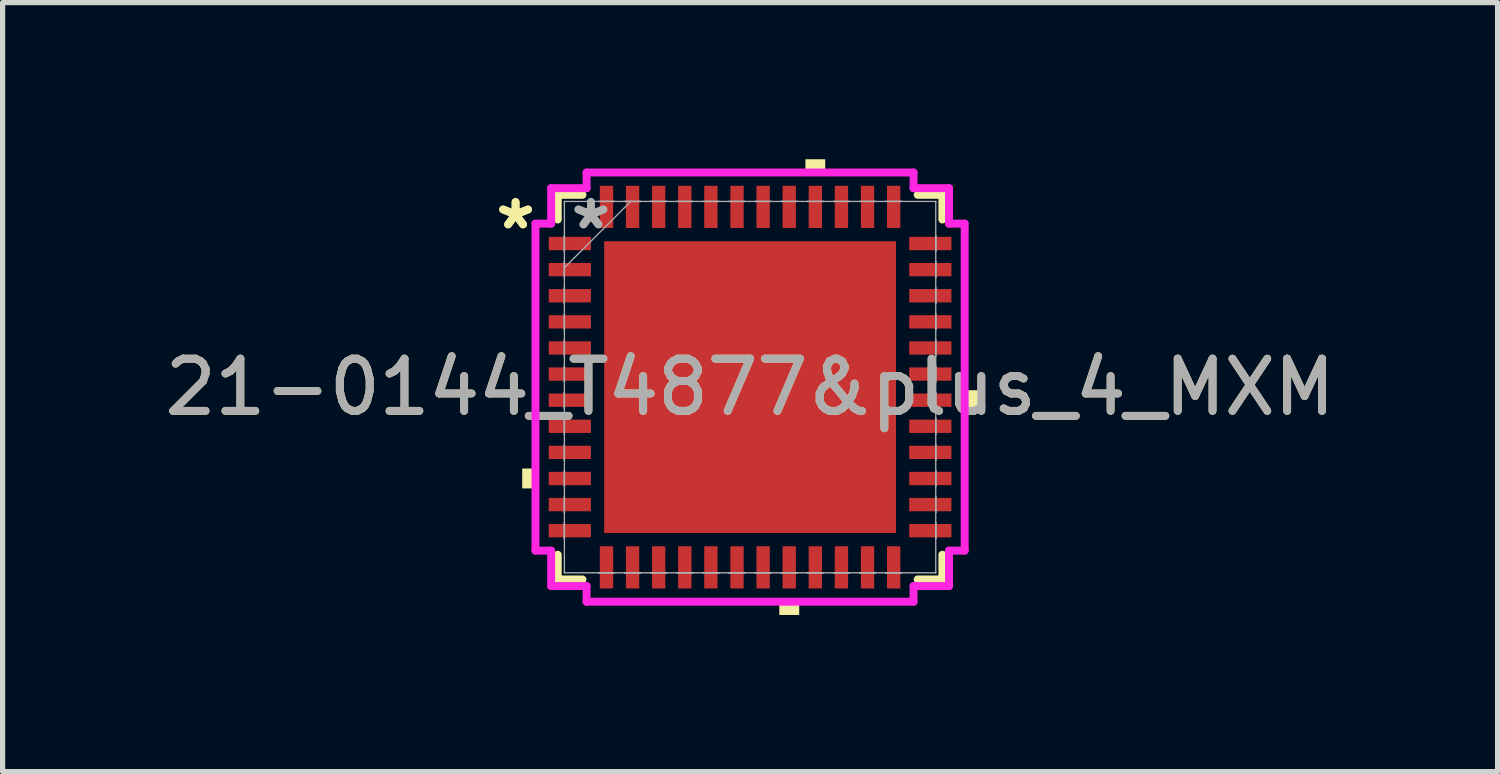
<source format=kicad_pcb>
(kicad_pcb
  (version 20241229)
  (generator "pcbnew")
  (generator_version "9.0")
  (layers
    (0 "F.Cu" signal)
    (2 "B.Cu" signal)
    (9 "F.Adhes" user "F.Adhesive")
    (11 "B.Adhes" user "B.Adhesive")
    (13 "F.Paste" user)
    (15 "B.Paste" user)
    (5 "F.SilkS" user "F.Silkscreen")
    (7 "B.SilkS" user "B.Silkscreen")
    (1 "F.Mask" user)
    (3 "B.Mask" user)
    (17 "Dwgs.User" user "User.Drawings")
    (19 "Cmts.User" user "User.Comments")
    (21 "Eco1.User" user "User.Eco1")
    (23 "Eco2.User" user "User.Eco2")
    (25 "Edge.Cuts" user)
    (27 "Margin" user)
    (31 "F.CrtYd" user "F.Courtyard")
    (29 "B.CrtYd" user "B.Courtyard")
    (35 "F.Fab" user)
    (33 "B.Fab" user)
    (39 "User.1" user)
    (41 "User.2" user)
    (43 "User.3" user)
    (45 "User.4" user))
  (footprint "21-0144_T4877&plus_4_MXM"
    (layer "F.Cu")
    (at 11.315 4.364)
    (property "Reference" "21-0144_T4877&plus_4_MXM" (at 0 0 0) (unlocked yes) (layer "F.SilkS") (effects (font (size 1 1) (thickness 0.15))))
    (attr smd)
    (fp_line (start -3.683 -3.683) (end -3.683 -3.21) (stroke (width 0.152) (type solid)) (layer "F.SilkS"))
    (fp_line (start -3.683 3.21) (end -3.683 3.683) (stroke (width 0.152) (type solid)) (layer "F.SilkS"))
    (fp_line (start -3.683 3.683) (end -3.21 3.683) (stroke (width 0.152) (type solid)) (layer "F.SilkS"))
    (fp_line (start -3.21 -3.683) (end -3.683 -3.683) (stroke (width 0.152) (type solid)) (layer "F.SilkS"))
    (fp_line (start 3.21 3.683) (end 3.683 3.683) (stroke (width 0.152) (type solid)) (layer "F.SilkS"))
    (fp_line (start 3.683 -3.683) (end 3.21 -3.683) (stroke (width 0.152) (type solid)) (layer "F.SilkS"))
    (fp_line (start 3.683 -3.21) (end 3.683 -3.683) (stroke (width 0.152) (type solid)) (layer "F.SilkS"))
    (fp_line (start 3.683 3.683) (end 3.683 3.21) (stroke (width 0.152) (type solid)) (layer "F.SilkS"))
    (fp_poly (pts (xy -4.364 1.559) (xy -4.364 1.94) (xy -4.11 1.94) (xy -4.11 1.559)) (stroke (width 0) (type solid)) (fill yes) (layer "F.SilkS"))
    (fp_poly (pts (xy 0.56 4.11) (xy 0.56 4.364) (xy 0.941 4.364) (xy 0.941 4.11)) (stroke (width 0) (type solid)) (fill yes) (layer "F.SilkS"))
    (fp_poly (pts (xy 1.06 -4.11) (xy 1.06 -4.364) (xy 1.44 -4.364) (xy 1.44 -4.11)) (stroke (width 0) (type solid)) (fill yes) (layer "F.SilkS"))
    (fp_poly (pts (xy 4.364 0.059) (xy 4.364 0.441) (xy 4.11 0.441) (xy 4.11 0.059)) (stroke (width 0) (type solid)) (fill yes) (layer "F.SilkS"))
    (fp_poly (pts (xy -2.694 -2.694) (xy -2.694 -1.497) (xy -1.497 -1.497) (xy -1.497 -2.694)) (stroke (width 0) (type solid)) (fill yes) (layer "F.Paste"))
    (fp_poly (pts (xy -2.694 -1.297) (xy -2.694 -0.1) (xy -1.497 -0.1) (xy -1.497 -1.297)) (stroke (width 0) (type solid)) (fill yes) (layer "F.Paste"))
    (fp_poly (pts (xy -2.694 0.1) (xy -2.694 1.297) (xy -1.497 1.297) (xy -1.497 0.1)) (stroke (width 0) (type solid)) (fill yes) (layer "F.Paste"))
    (fp_poly (pts (xy -2.694 1.497) (xy -2.694 2.694) (xy -1.497 2.694) (xy -1.497 1.497)) (stroke (width 0) (type solid)) (fill yes) (layer "F.Paste"))
    (fp_poly (pts (xy -1.297 -2.694) (xy -1.297 -1.497) (xy -0.1 -1.497) (xy -0.1 -2.694)) (stroke (width 0) (type solid)) (fill yes) (layer "F.Paste"))
    (fp_poly (pts (xy -1.297 -1.297) (xy -1.297 -0.1) (xy -0.1 -0.1) (xy -0.1 -1.297)) (stroke (width 0) (type solid)) (fill yes) (layer "F.Paste"))
    (fp_poly (pts (xy -1.297 0.1) (xy -1.297 1.297) (xy -0.1 1.297) (xy -0.1 0.1)) (stroke (width 0) (type solid)) (fill yes) (layer "F.Paste"))
    (fp_poly (pts (xy -1.297 1.497) (xy -1.297 2.694) (xy -0.1 2.694) (xy -0.1 1.497)) (stroke (width 0) (type solid)) (fill yes) (layer "F.Paste"))
    (fp_poly (pts (xy 0.1 -2.694) (xy 0.1 -1.497) (xy 1.297 -1.497) (xy 1.297 -2.694)) (stroke (width 0) (type solid)) (fill yes) (layer "F.Paste"))
    (fp_poly (pts (xy 0.1 -1.297) (xy 0.1 -0.1) (xy 1.297 -0.1) (xy 1.297 -1.297)) (stroke (width 0) (type solid)) (fill yes) (layer "F.Paste"))
    (fp_poly (pts (xy 0.1 0.1) (xy 0.1 1.297) (xy 1.297 1.297) (xy 1.297 0.1)) (stroke (width 0) (type solid)) (fill yes) (layer "F.Paste"))
    (fp_poly (pts (xy 0.1 1.497) (xy 0.1 2.694) (xy 1.297 2.694) (xy 1.297 1.497)) (stroke (width 0) (type solid)) (fill yes) (layer "F.Paste"))
    (fp_poly (pts (xy 1.497 -2.694) (xy 1.497 -1.497) (xy 2.694 -1.497) (xy 2.694 -2.694)) (stroke (width 0) (type solid)) (fill yes) (layer "F.Paste"))
    (fp_poly (pts (xy 1.497 -1.297) (xy 1.497 -0.1) (xy 2.694 -0.1) (xy 2.694 -1.297)) (stroke (width 0) (type solid)) (fill yes) (layer "F.Paste"))
    (fp_poly (pts (xy 1.497 0.1) (xy 1.497 1.297) (xy 2.694 1.297) (xy 2.694 0.1)) (stroke (width 0) (type solid)) (fill yes) (layer "F.Paste"))
    (fp_poly (pts (xy 1.497 1.497) (xy 1.497 2.694) (xy 2.694 2.694) (xy 2.694 1.497)) (stroke (width 0) (type solid)) (fill yes) (layer "F.Paste"))
    (fp_line (start -4.11 -3.131) (end -3.81 -3.131) (stroke (width 0.152) (type solid)) (layer "F.CrtYd"))
    (fp_line (start -4.11 3.131) (end -4.11 -3.131) (stroke (width 0.152) (type solid)) (layer "F.CrtYd"))
    (fp_line (start -3.81 -3.81) (end -3.131 -3.81) (stroke (width 0.152) (type solid)) (layer "F.CrtYd"))
    (fp_line (start -3.81 -3.131) (end -3.81 -3.81) (stroke (width 0.152) (type solid)) (layer "F.CrtYd"))
    (fp_line (start -3.81 3.131) (end -4.11 3.131) (stroke (width 0.152) (type solid)) (layer "F.CrtYd"))
    (fp_line (start -3.81 3.81) (end -3.81 3.131) (stroke (width 0.152) (type solid)) (layer "F.CrtYd"))
    (fp_line (start -3.131 -4.11) (end 3.131 -4.11) (stroke (width 0.152) (type solid)) (layer "F.CrtYd"))
    (fp_line (start -3.131 -3.81) (end -3.131 -4.11) (stroke (width 0.152) (type solid)) (layer "F.CrtYd"))
    (fp_line (start -3.131 3.81) (end -3.81 3.81) (stroke (width 0.152) (type solid)) (layer "F.CrtYd"))
    (fp_line (start -3.131 4.11) (end -3.131 3.81) (stroke (width 0.152) (type solid)) (layer "F.CrtYd"))
    (fp_line (start 3.131 -4.11) (end 3.131 -3.81) (stroke (width 0.152) (type solid)) (layer "F.CrtYd"))
    (fp_line (start 3.131 -3.81) (end 3.81 -3.81) (stroke (width 0.152) (type solid)) (layer "F.CrtYd"))
    (fp_line (start 3.131 3.81) (end 3.131 4.11) (stroke (width 0.152) (type solid)) (layer "F.CrtYd"))
    (fp_line (start 3.131 4.11) (end -3.131 4.11) (stroke (width 0.152) (type solid)) (layer "F.CrtYd"))
    (fp_line (start 3.81 -3.81) (end 3.81 -3.131) (stroke (width 0.152) (type solid)) (layer "F.CrtYd"))
    (fp_line (start 3.81 -3.131) (end 4.11 -3.131) (stroke (width 0.152) (type solid)) (layer "F.CrtYd"))
    (fp_line (start 3.81 3.131) (end 3.81 3.81) (stroke (width 0.152) (type solid)) (layer "F.CrtYd"))
    (fp_line (start 3.81 3.81) (end 3.131 3.81) (stroke (width 0.152) (type solid)) (layer "F.CrtYd"))
    (fp_line (start 4.11 -3.131) (end 4.11 3.131) (stroke (width 0.152) (type solid)) (layer "F.CrtYd"))
    (fp_line (start 4.11 3.131) (end 3.81 3.131) (stroke (width 0.152) (type solid)) (layer "F.CrtYd"))
    (fp_line (start -3.556 -3.556) (end -3.556 -3.556) (stroke (width 0.025) (type solid)) (layer "F.Fab"))
    (fp_line (start -3.556 -3.556) (end -3.556 3.556) (stroke (width 0.025) (type solid)) (layer "F.Fab"))
    (fp_line (start -3.556 -2.902) (end -3.556 -2.902) (stroke (width 0.025) (type solid)) (layer "F.Fab"))
    (fp_line (start -3.556 -2.902) (end -3.556 -2.598) (stroke (width 0.025) (type solid)) (layer "F.Fab"))
    (fp_line (start -3.556 -2.598) (end -3.556 -2.902) (stroke (width 0.025) (type solid)) (layer "F.Fab"))
    (fp_line (start -3.556 -2.598) (end -3.556 -2.598) (stroke (width 0.025) (type solid)) (layer "F.Fab"))
    (fp_line (start -3.556 -2.402) (end -3.556 -2.402) (stroke (width 0.025) (type solid)) (layer "F.Fab"))
    (fp_line (start -3.556 -2.402) (end -3.556 -2.098) (stroke (width 0.025) (type solid)) (layer "F.Fab"))
    (fp_line (start -3.556 -2.286) (end -2.286 -3.556) (stroke (width 0.025) (type solid)) (layer "F.Fab"))
    (fp_line (start -3.556 -2.098) (end -3.556 -2.402) (stroke (width 0.025) (type solid)) (layer "F.Fab"))
    (fp_line (start -3.556 -2.098) (end -3.556 -2.098) (stroke (width 0.025) (type solid)) (layer "F.Fab"))
    (fp_line (start -3.556 -1.902) (end -3.556 -1.902) (stroke (width 0.025) (type solid)) (layer "F.Fab"))
    (fp_line (start -3.556 -1.902) (end -3.556 -1.598) (stroke (width 0.025) (type solid)) (layer "F.Fab"))
    (fp_line (start -3.556 -1.598) (end -3.556 -1.902) (stroke (width 0.025) (type solid)) (layer "F.Fab"))
    (fp_line (start -3.556 -1.598) (end -3.556 -1.598) (stroke (width 0.025) (type solid)) (layer "F.Fab"))
    (fp_line (start -3.556 -1.402) (end -3.556 -1.402) (stroke (width 0.025) (type solid)) (layer "F.Fab"))
    (fp_line (start -3.556 -1.402) (end -3.556 -1.098) (stroke (width 0.025) (type solid)) (layer "F.Fab"))
    (fp_line (start -3.556 -1.098) (end -3.556 -1.402) (stroke (width 0.025) (type solid)) (layer "F.Fab"))
    (fp_line (start -3.556 -1.098) (end -3.556 -1.098) (stroke (width 0.025) (type solid)) (layer "F.Fab"))
    (fp_line (start -3.556 -0.902) (end -3.556 -0.902) (stroke (width 0.025) (type solid)) (layer "F.Fab"))
    (fp_line (start -3.556 -0.902) (end -3.556 -0.598) (stroke (width 0.025) (type solid)) (layer "F.Fab"))
    (fp_line (start -3.556 -0.598) (end -3.556 -0.902) (stroke (width 0.025) (type solid)) (layer "F.Fab"))
    (fp_line (start -3.556 -0.598) (end -3.556 -0.598) (stroke (width 0.025) (type solid)) (layer "F.Fab"))
    (fp_line (start -3.556 -0.402) (end -3.556 -0.402) (stroke (width 0.025) (type solid)) (layer "F.Fab"))
    (fp_line (start -3.556 -0.402) (end -3.556 -0.098) (stroke (width 0.025) (type solid)) (layer "F.Fab"))
    (fp_line (start -3.556 -0.098) (end -3.556 -0.402) (stroke (width 0.025) (type solid)) (layer "F.Fab"))
    (fp_line (start -3.556 -0.098) (end -3.556 -0.098) (stroke (width 0.025) (type solid)) (layer "F.Fab"))
    (fp_line (start -3.556 0.098) (end -3.556 0.098) (stroke (width 0.025) (type solid)) (layer "F.Fab"))
    (fp_line (start -3.556 0.098) (end -3.556 0.402) (stroke (width 0.025) (type solid)) (layer "F.Fab"))
    (fp_line (start -3.556 0.402) (end -3.556 0.098) (stroke (width 0.025) (type solid)) (layer "F.Fab"))
    (fp_line (start -3.556 0.402) (end -3.556 0.402) (stroke (width 0.025) (type solid)) (layer "F.Fab"))
    (fp_line (start -3.556 0.598) (end -3.556 0.598) (stroke (width 0.025) (type solid)) (layer "F.Fab"))
    (fp_line (start -3.556 0.598) (end -3.556 0.902) (stroke (width 0.025) (type solid)) (layer "F.Fab"))
    (fp_line (start -3.556 0.902) (end -3.556 0.598) (stroke (width 0.025) (type solid)) (layer "F.Fab"))
    (fp_line (start -3.556 0.902) (end -3.556 0.902) (stroke (width 0.025) (type solid)) (layer "F.Fab"))
    (fp_line (start -3.556 1.098) (end -3.556 1.098) (stroke (width 0.025) (type solid)) (layer "F.Fab"))
    (fp_line (start -3.556 1.098) (end -3.556 1.402) (stroke (width 0.025) (type solid)) (layer "F.Fab"))
    (fp_line (start -3.556 1.402) (end -3.556 1.098) (stroke (width 0.025) (type solid)) (layer "F.Fab"))
    (fp_line (start -3.556 1.402) (end -3.556 1.402) (stroke (width 0.025) (type solid)) (layer "F.Fab"))
    (fp_line (start -3.556 1.598) (end -3.556 1.598) (stroke (width 0.025) (type solid)) (layer "F.Fab"))
    (fp_line (start -3.556 1.598) (end -3.556 1.902) (stroke (width 0.025) (type solid)) (layer "F.Fab"))
    (fp_line (start -3.556 1.902) (end -3.556 1.598) (stroke (width 0.025) (type solid)) (layer "F.Fab"))
    (fp_line (start -3.556 1.902) (end -3.556 1.902) (stroke (width 0.025) (type solid)) (layer "F.Fab"))
    (fp_line (start -3.556 2.098) (end -3.556 2.098) (stroke (width 0.025) (type solid)) (layer "F.Fab"))
    (fp_line (start -3.556 2.098) (end -3.556 2.402) (stroke (width 0.025) (type solid)) (layer "F.Fab"))
    (fp_line (start -3.556 2.402) (end -3.556 2.098) (stroke (width 0.025) (type solid)) (layer "F.Fab"))
    (fp_line (start -3.556 2.402) (end -3.556 2.402) (stroke (width 0.025) (type solid)) (layer "F.Fab"))
    (fp_line (start -3.556 2.598) (end -3.556 2.598) (stroke (width 0.025) (type solid)) (layer "F.Fab"))
    (fp_line (start -3.556 2.598) (end -3.556 2.902) (stroke (width 0.025) (type solid)) (layer "F.Fab"))
    (fp_line (start -3.556 2.902) (end -3.556 2.598) (stroke (width 0.025) (type solid)) (layer "F.Fab"))
    (fp_line (start -3.556 2.902) (end -3.556 2.902) (stroke (width 0.025) (type solid)) (layer "F.Fab"))
    (fp_line (start -3.556 3.556) (end -3.556 3.556) (stroke (width 0.025) (type solid)) (layer "F.Fab"))
    (fp_line (start -3.556 3.556) (end 3.556 3.556) (stroke (width 0.025) (type solid)) (layer "F.Fab"))
    (fp_line (start -2.902 -3.556) (end -2.902 -3.556) (stroke (width 0.025) (type solid)) (layer "F.Fab"))
    (fp_line (start -2.902 -3.556) (end -2.598 -3.556) (stroke (width 0.025) (type solid)) (layer "F.Fab"))
    (fp_line (start -2.902 3.556) (end -2.902 3.556) (stroke (width 0.025) (type solid)) (layer "F.Fab"))
    (fp_line (start -2.902 3.556) (end -2.598 3.556) (stroke (width 0.025) (type solid)) (layer "F.Fab"))
    (fp_line (start -2.598 -3.556) (end -2.902 -3.556) (stroke (width 0.025) (type solid)) (layer "F.Fab"))
    (fp_line (start -2.598 -3.556) (end -2.598 -3.556) (stroke (width 0.025) (type solid)) (layer "F.Fab"))
    (fp_line (start -2.598 3.556) (end -2.902 3.556) (stroke (width 0.025) (type solid)) (layer "F.Fab"))
    (fp_line (start -2.598 3.556) (end -2.598 3.556) (stroke (width 0.025) (type solid)) (layer "F.Fab"))
    (fp_line (start -2.402 -3.556) (end -2.402 -3.556) (stroke (width 0.025) (type solid)) (layer "F.Fab"))
    (fp_line (start -2.402 -3.556) (end -2.098 -3.556) (stroke (width 0.025) (type solid)) (layer "F.Fab"))
    (fp_line (start -2.402 3.556) (end -2.402 3.556) (stroke (width 0.025) (type solid)) (layer "F.Fab"))
    (fp_line (start -2.402 3.556) (end -2.098 3.556) (stroke (width 0.025) (type solid)) (layer "F.Fab"))
    (fp_line (start -2.098 -3.556) (end -2.402 -3.556) (stroke (width 0.025) (type solid)) (layer "F.Fab"))
    (fp_line (start -2.098 -3.556) (end -2.098 -3.556) (stroke (width 0.025) (type solid)) (layer "F.Fab"))
    (fp_line (start -2.098 3.556) (end -2.402 3.556) (stroke (width 0.025) (type solid)) (layer "F.Fab"))
    (fp_line (start -2.098 3.556) (end -2.098 3.556) (stroke (width 0.025) (type solid)) (layer "F.Fab"))
    (fp_line (start -1.902 -3.556) (end -1.902 -3.556) (stroke (width 0.025) (type solid)) (layer "F.Fab"))
    (fp_line (start -1.902 -3.556) (end -1.598 -3.556) (stroke (width 0.025) (type solid)) (layer "F.Fab"))
    (fp_line (start -1.902 3.556) (end -1.902 3.556) (stroke (width 0.025) (type solid)) (layer "F.Fab"))
    (fp_line (start -1.902 3.556) (end -1.598 3.556) (stroke (width 0.025) (type solid)) (layer "F.Fab"))
    (fp_line (start -1.598 -3.556) (end -1.902 -3.556) (stroke (width 0.025) (type solid)) (layer "F.Fab"))
    (fp_line (start -1.598 -3.556) (end -1.598 -3.556) (stroke (width 0.025) (type solid)) (layer "F.Fab"))
    (fp_line (start -1.598 3.556) (end -1.902 3.556) (stroke (width 0.025) (type solid)) (layer "F.Fab"))
    (fp_line (start -1.598 3.556) (end -1.598 3.556) (stroke (width 0.025) (type solid)) (layer "F.Fab"))
    (fp_line (start -1.402 -3.556) (end -1.402 -3.556) (stroke (width 0.025) (type solid)) (layer "F.Fab"))
    (fp_line (start -1.402 -3.556) (end -1.098 -3.556) (stroke (width 0.025) (type solid)) (layer "F.Fab"))
    (fp_line (start -1.402 3.556) (end -1.402 3.556) (stroke (width 0.025) (type solid)) (layer "F.Fab"))
    (fp_line (start -1.402 3.556) (end -1.098 3.556) (stroke (width 0.025) (type solid)) (layer "F.Fab"))
    (fp_line (start -1.098 -3.556) (end -1.402 -3.556) (stroke (width 0.025) (type solid)) (layer "F.Fab"))
    (fp_line (start -1.098 -3.556) (end -1.098 -3.556) (stroke (width 0.025) (type solid)) (layer "F.Fab"))
    (fp_line (start -1.098 3.556) (end -1.402 3.556) (stroke (width 0.025) (type solid)) (layer "F.Fab"))
    (fp_line (start -1.098 3.556) (end -1.098 3.556) (stroke (width 0.025) (type solid)) (layer "F.Fab"))
    (fp_line (start -0.902 -3.556) (end -0.902 -3.556) (stroke (width 0.025) (type solid)) (layer "F.Fab"))
    (fp_line (start -0.902 -3.556) (end -0.598 -3.556) (stroke (width 0.025) (type solid)) (layer "F.Fab"))
    (fp_line (start -0.902 3.556) (end -0.902 3.556) (stroke (width 0.025) (type solid)) (layer "F.Fab"))
    (fp_line (start -0.902 3.556) (end -0.598 3.556) (stroke (width 0.025) (type solid)) (layer "F.Fab"))
    (fp_line (start -0.598 -3.556) (end -0.902 -3.556) (stroke (width 0.025) (type solid)) (layer "F.Fab"))
    (fp_line (start -0.598 -3.556) (end -0.598 -3.556) (stroke (width 0.025) (type solid)) (layer "F.Fab"))
    (fp_line (start -0.598 3.556) (end -0.902 3.556) (stroke (width 0.025) (type solid)) (layer "F.Fab"))
    (fp_line (start -0.598 3.556) (end -0.598 3.556) (stroke (width 0.025) (type solid)) (layer "F.Fab"))
    (fp_line (start -0.402 -3.556) (end -0.402 -3.556) (stroke (width 0.025) (type solid)) (layer "F.Fab"))
    (fp_line (start -0.402 -3.556) (end -0.098 -3.556) (stroke (width 0.025) (type solid)) (layer "F.Fab"))
    (fp_line (start -0.402 3.556) (end -0.402 3.556) (stroke (width 0.025) (type solid)) (layer "F.Fab"))
    (fp_line (start -0.402 3.556) (end -0.098 3.556) (stroke (width 0.025) (type solid)) (layer "F.Fab"))
    (fp_line (start -0.098 -3.556) (end -0.402 -3.556) (stroke (width 0.025) (type solid)) (layer "F.Fab"))
    (fp_line (start -0.098 -3.556) (end -0.098 -3.556) (stroke (width 0.025) (type solid)) (layer "F.Fab"))
    (fp_line (start -0.098 3.556) (end -0.402 3.556) (stroke (width 0.025) (type solid)) (layer "F.Fab"))
    (fp_line (start -0.098 3.556) (end -0.098 3.556) (stroke (width 0.025) (type solid)) (layer "F.Fab"))
    (fp_line (start 0.098 -3.556) (end 0.098 -3.556) (stroke (width 0.025) (type solid)) (layer "F.Fab"))
    (fp_line (start 0.098 -3.556) (end 0.402 -3.556) (stroke (width 0.025) (type solid)) (layer "F.Fab"))
    (fp_line (start 0.098 3.556) (end 0.098 3.556) (stroke (width 0.025) (type solid)) (layer "F.Fab"))
    (fp_line (start 0.098 3.556) (end 0.402 3.556) (stroke (width 0.025) (type solid)) (layer "F.Fab"))
    (fp_line (start 0.402 -3.556) (end 0.098 -3.556) (stroke (width 0.025) (type solid)) (layer "F.Fab"))
    (fp_line (start 0.402 -3.556) (end 0.402 -3.556) (stroke (width 0.025) (type solid)) (layer "F.Fab"))
    (fp_line (start 0.402 3.556) (end 0.098 3.556) (stroke (width 0.025) (type solid)) (layer "F.Fab"))
    (fp_line (start 0.402 3.556) (end 0.402 3.556) (stroke (width 0.025) (type solid)) (layer "F.Fab"))
    (fp_line (start 0.598 -3.556) (end 0.598 -3.556) (stroke (width 0.025) (type solid)) (layer "F.Fab"))
    (fp_line (start 0.598 -3.556) (end 0.902 -3.556) (stroke (width 0.025) (type solid)) (layer "F.Fab"))
    (fp_line (start 0.598 3.556) (end 0.598 3.556) (stroke (width 0.025) (type solid)) (layer "F.Fab"))
    (fp_line (start 0.598 3.556) (end 0.902 3.556) (stroke (width 0.025) (type solid)) (layer "F.Fab"))
    (fp_line (start 0.902 -3.556) (end 0.598 -3.556) (stroke (width 0.025) (type solid)) (layer "F.Fab"))
    (fp_line (start 0.902 -3.556) (end 0.902 -3.556) (stroke (width 0.025) (type solid)) (layer "F.Fab"))
    (fp_line (start 0.902 3.556) (end 0.598 3.556) (stroke (width 0.025) (type solid)) (layer "F.Fab"))
    (fp_line (start 0.902 3.556) (end 0.902 3.556) (stroke (width 0.025) (type solid)) (layer "F.Fab"))
    (fp_line (start 1.098 -3.556) (end 1.098 -3.556) (stroke (width 0.025) (type solid)) (layer "F.Fab"))
    (fp_line (start 1.098 -3.556) (end 1.402 -3.556) (stroke (width 0.025) (type solid)) (layer "F.Fab"))
    (fp_line (start 1.098 3.556) (end 1.098 3.556) (stroke (width 0.025) (type solid)) (layer "F.Fab"))
    (fp_line (start 1.098 3.556) (end 1.402 3.556) (stroke (width 0.025) (type solid)) (layer "F.Fab"))
    (fp_line (start 1.402 -3.556) (end 1.098 -3.556) (stroke (width 0.025) (type solid)) (layer "F.Fab"))
    (fp_line (start 1.402 -3.556) (end 1.402 -3.556) (stroke (width 0.025) (type solid)) (layer "F.Fab"))
    (fp_line (start 1.402 3.556) (end 1.098 3.556) (stroke (width 0.025) (type solid)) (layer "F.Fab"))
    (fp_line (start 1.402 3.556) (end 1.402 3.556) (stroke (width 0.025) (type solid)) (layer "F.Fab"))
    (fp_line (start 1.598 -3.556) (end 1.598 -3.556) (stroke (width 0.025) (type solid)) (layer "F.Fab"))
    (fp_line (start 1.598 -3.556) (end 1.902 -3.556) (stroke (width 0.025) (type solid)) (layer "F.Fab"))
    (fp_line (start 1.598 3.556) (end 1.598 3.556) (stroke (width 0.025) (type solid)) (layer "F.Fab"))
    (fp_line (start 1.598 3.556) (end 1.902 3.556) (stroke (width 0.025) (type solid)) (layer "F.Fab"))
    (fp_line (start 1.902 -3.556) (end 1.598 -3.556) (stroke (width 0.025) (type solid)) (layer "F.Fab"))
    (fp_line (start 1.902 -3.556) (end 1.902 -3.556) (stroke (width 0.025) (type solid)) (layer "F.Fab"))
    (fp_line (start 1.902 3.556) (end 1.598 3.556) (stroke (width 0.025) (type solid)) (layer "F.Fab"))
    (fp_line (start 1.902 3.556) (end 1.902 3.556) (stroke (width 0.025) (type solid)) (layer "F.Fab"))
    (fp_line (start 2.098 -3.556) (end 2.098 -3.556) (stroke (width 0.025) (type solid)) (layer "F.Fab"))
    (fp_line (start 2.098 -3.556) (end 2.402 -3.556) (stroke (width 0.025) (type solid)) (layer "F.Fab"))
    (fp_line (start 2.098 3.556) (end 2.098 3.556) (stroke (width 0.025) (type solid)) (layer "F.Fab"))
    (fp_line (start 2.098 3.556) (end 2.402 3.556) (stroke (width 0.025) (type solid)) (layer "F.Fab"))
    (fp_line (start 2.402 -3.556) (end 2.098 -3.556) (stroke (width 0.025) (type solid)) (layer "F.Fab"))
    (fp_line (start 2.402 -3.556) (end 2.402 -3.556) (stroke (width 0.025) (type solid)) (layer "F.Fab"))
    (fp_line (start 2.402 3.556) (end 2.098 3.556) (stroke (width 0.025) (type solid)) (layer "F.Fab"))
    (fp_line (start 2.402 3.556) (end 2.402 3.556) (stroke (width 0.025) (type solid)) (layer "F.Fab"))
    (fp_line (start 2.598 -3.556) (end 2.598 -3.556) (stroke (width 0.025) (type solid)) (layer "F.Fab"))
    (fp_line (start 2.598 -3.556) (end 2.902 -3.556) (stroke (width 0.025) (type solid)) (layer "F.Fab"))
    (fp_line (start 2.598 3.556) (end 2.598 3.556) (stroke (width 0.025) (type solid)) (layer "F.Fab"))
    (fp_line (start 2.598 3.556) (end 2.902 3.556) (stroke (width 0.025) (type solid)) (layer "F.Fab"))
    (fp_line (start 2.902 -3.556) (end 2.598 -3.556) (stroke (width 0.025) (type solid)) (layer "F.Fab"))
    (fp_line (start 2.902 -3.556) (end 2.902 -3.556) (stroke (width 0.025) (type solid)) (layer "F.Fab"))
    (fp_line (start 2.902 3.556) (end 2.598 3.556) (stroke (width 0.025) (type solid)) (layer "F.Fab"))
    (fp_line (start 2.902 3.556) (end 2.902 3.556) (stroke (width 0.025) (type solid)) (layer "F.Fab"))
    (fp_line (start 3.556 -3.556) (end -3.556 -3.556) (stroke (width 0.025) (type solid)) (layer "F.Fab"))
    (fp_line (start 3.556 -3.556) (end 3.556 -3.556) (stroke (width 0.025) (type solid)) (layer "F.Fab"))
    (fp_line (start 3.556 -2.902) (end 3.556 -2.902) (stroke (width 0.025) (type solid)) (layer "F.Fab"))
    (fp_line (start 3.556 -2.902) (end 3.556 -2.598) (stroke (width 0.025) (type solid)) (layer "F.Fab"))
    (fp_line (start 3.556 -2.598) (end 3.556 -2.902) (stroke (width 0.025) (type solid)) (layer "F.Fab"))
    (fp_line (start 3.556 -2.598) (end 3.556 -2.598) (stroke (width 0.025) (type solid)) (layer "F.Fab"))
    (fp_line (start 3.556 -2.402) (end 3.556 -2.402) (stroke (width 0.025) (type solid)) (layer "F.Fab"))
    (fp_line (start 3.556 -2.402) (end 3.556 -2.098) (stroke (width 0.025) (type solid)) (layer "F.Fab"))
    (fp_line (start 3.556 -2.098) (end 3.556 -2.402) (stroke (width 0.025) (type solid)) (layer "F.Fab"))
    (fp_line (start 3.556 -2.098) (end 3.556 -2.098) (stroke (width 0.025) (type solid)) (layer "F.Fab"))
    (fp_line (start 3.556 -1.902) (end 3.556 -1.902) (stroke (width 0.025) (type solid)) (layer "F.Fab"))
    (fp_line (start 3.556 -1.902) (end 3.556 -1.598) (stroke (width 0.025) (type solid)) (layer "F.Fab"))
    (fp_line (start 3.556 -1.598) (end 3.556 -1.902) (stroke (width 0.025) (type solid)) (layer "F.Fab"))
    (fp_line (start 3.556 -1.598) (end 3.556 -1.598) (stroke (width 0.025) (type solid)) (layer "F.Fab"))
    (fp_line (start 3.556 -1.402) (end 3.556 -1.402) (stroke (width 0.025) (type solid)) (layer "F.Fab"))
    (fp_line (start 3.556 -1.402) (end 3.556 -1.098) (stroke (width 0.025) (type solid)) (layer "F.Fab"))
    (fp_line (start 3.556 -1.098) (end 3.556 -1.402) (stroke (width 0.025) (type solid)) (layer "F.Fab"))
    (fp_line (start 3.556 -1.098) (end 3.556 -1.098) (stroke (width 0.025) (type solid)) (layer "F.Fab"))
    (fp_line (start 3.556 -0.902) (end 3.556 -0.902) (stroke (width 0.025) (type solid)) (layer "F.Fab"))
    (fp_line (start 3.556 -0.902) (end 3.556 -0.598) (stroke (width 0.025) (type solid)) (layer "F.Fab"))
    (fp_line (start 3.556 -0.598) (end 3.556 -0.902) (stroke (width 0.025) (type solid)) (layer "F.Fab"))
    (fp_line (start 3.556 -0.598) (end 3.556 -0.598) (stroke (width 0.025) (type solid)) (layer "F.Fab"))
    (fp_line (start 3.556 -0.402) (end 3.556 -0.402) (stroke (width 0.025) (type solid)) (layer "F.Fab"))
    (fp_line (start 3.556 -0.402) (end 3.556 -0.098) (stroke (width 0.025) (type solid)) (layer "F.Fab"))
    (fp_line (start 3.556 -0.098) (end 3.556 -0.402) (stroke (width 0.025) (type solid)) (layer "F.Fab"))
    (fp_line (start 3.556 -0.098) (end 3.556 -0.098) (stroke (width 0.025) (type solid)) (layer "F.Fab"))
    (fp_line (start 3.556 0.098) (end 3.556 0.098) (stroke (width 0.025) (type solid)) (layer "F.Fab"))
    (fp_line (start 3.556 0.098) (end 3.556 0.402) (stroke (width 0.025) (type solid)) (layer "F.Fab"))
    (fp_line (start 3.556 0.402) (end 3.556 0.098) (stroke (width 0.025) (type solid)) (layer "F.Fab"))
    (fp_line (start 3.556 0.402) (end 3.556 0.402) (stroke (width 0.025) (type solid)) (layer "F.Fab"))
    (fp_line (start 3.556 0.598) (end 3.556 0.598) (stroke (width 0.025) (type solid)) (layer "F.Fab"))
    (fp_line (start 3.556 0.598) (end 3.556 0.902) (stroke (width 0.025) (type solid)) (layer "F.Fab"))
    (fp_line (start 3.556 0.902) (end 3.556 0.598) (stroke (width 0.025) (type solid)) (layer "F.Fab"))
    (fp_line (start 3.556 0.902) (end 3.556 0.902) (stroke (width 0.025) (type solid)) (layer "F.Fab"))
    (fp_line (start 3.556 1.098) (end 3.556 1.098) (stroke (width 0.025) (type solid)) (layer "F.Fab"))
    (fp_line (start 3.556 1.098) (end 3.556 1.402) (stroke (width 0.025) (type solid)) (layer "F.Fab"))
    (fp_line (start 3.556 1.402) (end 3.556 1.098) (stroke (width 0.025) (type solid)) (layer "F.Fab"))
    (fp_line (start 3.556 1.402) (end 3.556 1.402) (stroke (width 0.025) (type solid)) (layer "F.Fab"))
    (fp_line (start 3.556 1.598) (end 3.556 1.598) (stroke (width 0.025) (type solid)) (layer "F.Fab"))
    (fp_line (start 3.556 1.598) (end 3.556 1.902) (stroke (width 0.025) (type solid)) (layer "F.Fab"))
    (fp_line (start 3.556 1.902) (end 3.556 1.598) (stroke (width 0.025) (type solid)) (layer "F.Fab"))
    (fp_line (start 3.556 1.902) (end 3.556 1.902) (stroke (width 0.025) (type solid)) (layer "F.Fab"))
    (fp_line (start 3.556 2.098) (end 3.556 2.098) (stroke (width 0.025) (type solid)) (layer "F.Fab"))
    (fp_line (start 3.556 2.098) (end 3.556 2.402) (stroke (width 0.025) (type solid)) (layer "F.Fab"))
    (fp_line (start 3.556 2.402) (end 3.556 2.098) (stroke (width 0.025) (type solid)) (layer "F.Fab"))
    (fp_line (start 3.556 2.402) (end 3.556 2.402) (stroke (width 0.025) (type solid)) (layer "F.Fab"))
    (fp_line (start 3.556 2.598) (end 3.556 2.598) (stroke (width 0.025) (type solid)) (layer "F.Fab"))
    (fp_line (start 3.556 2.598) (end 3.556 2.902) (stroke (width 0.025) (type solid)) (layer "F.Fab"))
    (fp_line (start 3.556 2.902) (end 3.556 2.598) (stroke (width 0.025) (type solid)) (layer "F.Fab"))
    (fp_line (start 3.556 2.902) (end 3.556 2.902) (stroke (width 0.025) (type solid)) (layer "F.Fab"))
    (fp_line (start 3.556 3.556) (end 3.556 -3.556) (stroke (width 0.025) (type solid)) (layer "F.Fab"))
    (fp_line (start 3.556 3.556) (end 3.556 3.556) (stroke (width 0.025) (type solid)) (layer "F.Fab"))
    (fp_text user "*" (at -4.491 -3 0) (unlocked yes) (layer "F.SilkS") (effects (font (size 1 1) (thickness 0.15))))
    (fp_text user "*" (at -4.491 -3 0) (layer "F.SilkS") (effects (font (size 1 1) (thickness 0.15))))
    (fp_text user "${REFERENCE}" (at 0 0 0) (unlocked yes) (layer "F.Fab") (effects (font (size 1 1) (thickness 0.15))))
    (fp_text user "*" (at -3.048 -3 0) (unlocked yes) (layer "F.Fab") (effects (font (size 1 1) (thickness 0.15))))
    (fp_text user "*" (at -3.048 -3 0) (layer "F.Fab") (effects (font (size 1 1) (thickness 0.15))))
    (pad "1" smd rect (at -3.452 -2.75 90) (size 0.255 0.808) (layers "F.Cu" "F.Mask" "F.Paste"))
    (pad "2" smd rect (at -3.452 -2.25 90) (size 0.255 0.808) (layers "F.Cu" "F.Mask" "F.Paste"))
    (pad "3" smd rect (at -3.452 -1.75 90) (size 0.255 0.808) (layers "F.Cu" "F.Mask" "F.Paste"))
    (pad "4" smd rect (at -3.452 -1.25 90) (size 0.255 0.808) (layers "F.Cu" "F.Mask" "F.Paste"))
    (pad "5" smd rect (at -3.452 -0.75 90) (size 0.255 0.808) (layers "F.Cu" "F.Mask" "F.Paste"))
    (pad "6" smd rect (at -3.452 -0.25 90) (size 0.255 0.808) (layers "F.Cu" "F.Mask" "F.Paste"))
    (pad "7" smd rect (at -3.452 0.25 90) (size 0.255 0.808) (layers "F.Cu" "F.Mask" "F.Paste"))
    (pad "8" smd rect (at -3.452 0.75 90) (size 0.255 0.808) (layers "F.Cu" "F.Mask" "F.Paste"))
    (pad "9" smd rect (at -3.452 1.25 90) (size 0.255 0.808) (layers "F.Cu" "F.Mask" "F.Paste"))
    (pad "10" smd rect (at -3.452 1.75 90) (size 0.255 0.808) (layers "F.Cu" "F.Mask" "F.Paste"))
    (pad "11" smd rect (at -3.452 2.25 90) (size 0.255 0.808) (layers "F.Cu" "F.Mask" "F.Paste"))
    (pad "12" smd rect (at -3.452 2.75 90) (size 0.255 0.808) (layers "F.Cu" "F.Mask" "F.Paste"))
    (pad "13" smd rect (at -2.75 3.452) (size 0.255 0.808) (layers "F.Cu" "F.Mask" "F.Paste"))
    (pad "14" smd rect (at -2.25 3.452) (size 0.255 0.808) (layers "F.Cu" "F.Mask" "F.Paste"))
    (pad "15" smd rect (at -1.75 3.452) (size 0.255 0.808) (layers "F.Cu" "F.Mask" "F.Paste"))
    (pad "16" smd rect (at -1.25 3.452) (size 0.255 0.808) (layers "F.Cu" "F.Mask" "F.Paste"))
    (pad "17" smd rect (at -0.75 3.452) (size 0.255 0.808) (layers "F.Cu" "F.Mask" "F.Paste"))
    (pad "18" smd rect (at -0.25 3.452) (size 0.255 0.808) (layers "F.Cu" "F.Mask" "F.Paste"))
    (pad "19" smd rect (at 0.25 3.452) (size 0.255 0.808) (layers "F.Cu" "F.Mask" "F.Paste"))
    (pad "20" smd rect (at 0.75 3.452) (size 0.255 0.808) (layers "F.Cu" "F.Mask" "F.Paste"))
    (pad "21" smd rect (at 1.25 3.452) (size 0.255 0.808) (layers "F.Cu" "F.Mask" "F.Paste"))
    (pad "22" smd rect (at 1.75 3.452) (size 0.255 0.808) (layers "F.Cu" "F.Mask" "F.Paste"))
    (pad "23" smd rect (at 2.25 3.452) (size 0.255 0.808) (layers "F.Cu" "F.Mask" "F.Paste"))
    (pad "24" smd rect (at 2.75 3.452) (size 0.255 0.808) (layers "F.Cu" "F.Mask" "F.Paste"))
    (pad "25" smd rect (at 3.452 2.75 90) (size 0.255 0.808) (layers "F.Cu" "F.Mask" "F.Paste"))
    (pad "26" smd rect (at 3.452 2.25 90) (size 0.255 0.808) (layers "F.Cu" "F.Mask" "F.Paste"))
    (pad "27" smd rect (at 3.452 1.75 90) (size 0.255 0.808) (layers "F.Cu" "F.Mask" "F.Paste"))
    (pad "28" smd rect (at 3.452 1.25 90) (size 0.255 0.808) (layers "F.Cu" "F.Mask" "F.Paste"))
    (pad "29" smd rect (at 3.452 0.75 90) (size 0.255 0.808) (layers "F.Cu" "F.Mask" "F.Paste"))
    (pad "30" smd rect (at 3.452 0.25 90) (size 0.255 0.808) (layers "F.Cu" "F.Mask" "F.Paste"))
    (pad "31" smd rect (at 3.452 -0.25 90) (size 0.255 0.808) (layers "F.Cu" "F.Mask" "F.Paste"))
    (pad "32" smd rect (at 3.452 -0.75 90) (size 0.255 0.808) (layers "F.Cu" "F.Mask" "F.Paste"))
    (pad "33" smd rect (at 3.452 -1.25 90) (size 0.255 0.808) (layers "F.Cu" "F.Mask" "F.Paste"))
    (pad "34" smd rect (at 3.452 -1.75 90) (size 0.255 0.808) (layers "F.Cu" "F.Mask" "F.Paste"))
    (pad "35" smd rect (at 3.452 -2.25 90) (size 0.255 0.808) (layers "F.Cu" "F.Mask" "F.Paste"))
    (pad "36" smd rect (at 3.452 -2.75 90) (size 0.255 0.808) (layers "F.Cu" "F.Mask" "F.Paste"))
    (pad "37" smd rect (at 2.75 -3.452) (size 0.255 0.808) (layers "F.Cu" "F.Mask" "F.Paste"))
    (pad "38" smd rect (at 2.25 -3.452) (size 0.255 0.808) (layers "F.Cu" "F.Mask" "F.Paste"))
    (pad "39" smd rect (at 1.75 -3.452) (size 0.255 0.808) (layers "F.Cu" "F.Mask" "F.Paste"))
    (pad "40" smd rect (at 1.25 -3.452) (size 0.255 0.808) (layers "F.Cu" "F.Mask" "F.Paste"))
    (pad "41" smd rect (at 0.75 -3.452) (size 0.255 0.808) (layers "F.Cu" "F.Mask" "F.Paste"))
    (pad "42" smd rect (at 0.25 -3.452) (size 0.255 0.808) (layers "F.Cu" "F.Mask" "F.Paste"))
    (pad "43" smd rect (at -0.25 -3.452) (size 0.255 0.808) (layers "F.Cu" "F.Mask" "F.Paste"))
    (pad "44" smd rect (at -0.75 -3.452) (size 0.255 0.808) (layers "F.Cu" "F.Mask" "F.Paste"))
    (pad "45" smd rect (at -1.25 -3.452) (size 0.255 0.808) (layers "F.Cu" "F.Mask" "F.Paste"))
    (pad "46" smd rect (at -1.75 -3.452) (size 0.255 0.808) (layers "F.Cu" "F.Mask" "F.Paste"))
    (pad "47" smd rect (at -2.25 -3.452) (size 0.255 0.808) (layers "F.Cu" "F.Mask" "F.Paste"))
    (pad "48" smd rect (at -2.75 -3.452) (size 0.255 0.808) (layers "F.Cu" "F.Mask" "F.Paste"))
    (pad "49" smd rect (at 0 0) (size 5.588 5.588) (layers "F.Cu" "F.Mask")))
  (gr_rect
    (start -3 -3)
    (end 25.631 11.728)
    (stroke (width 0.1) (type default))
    (fill no)
    (layer "Edge.Cuts")))
</source>
